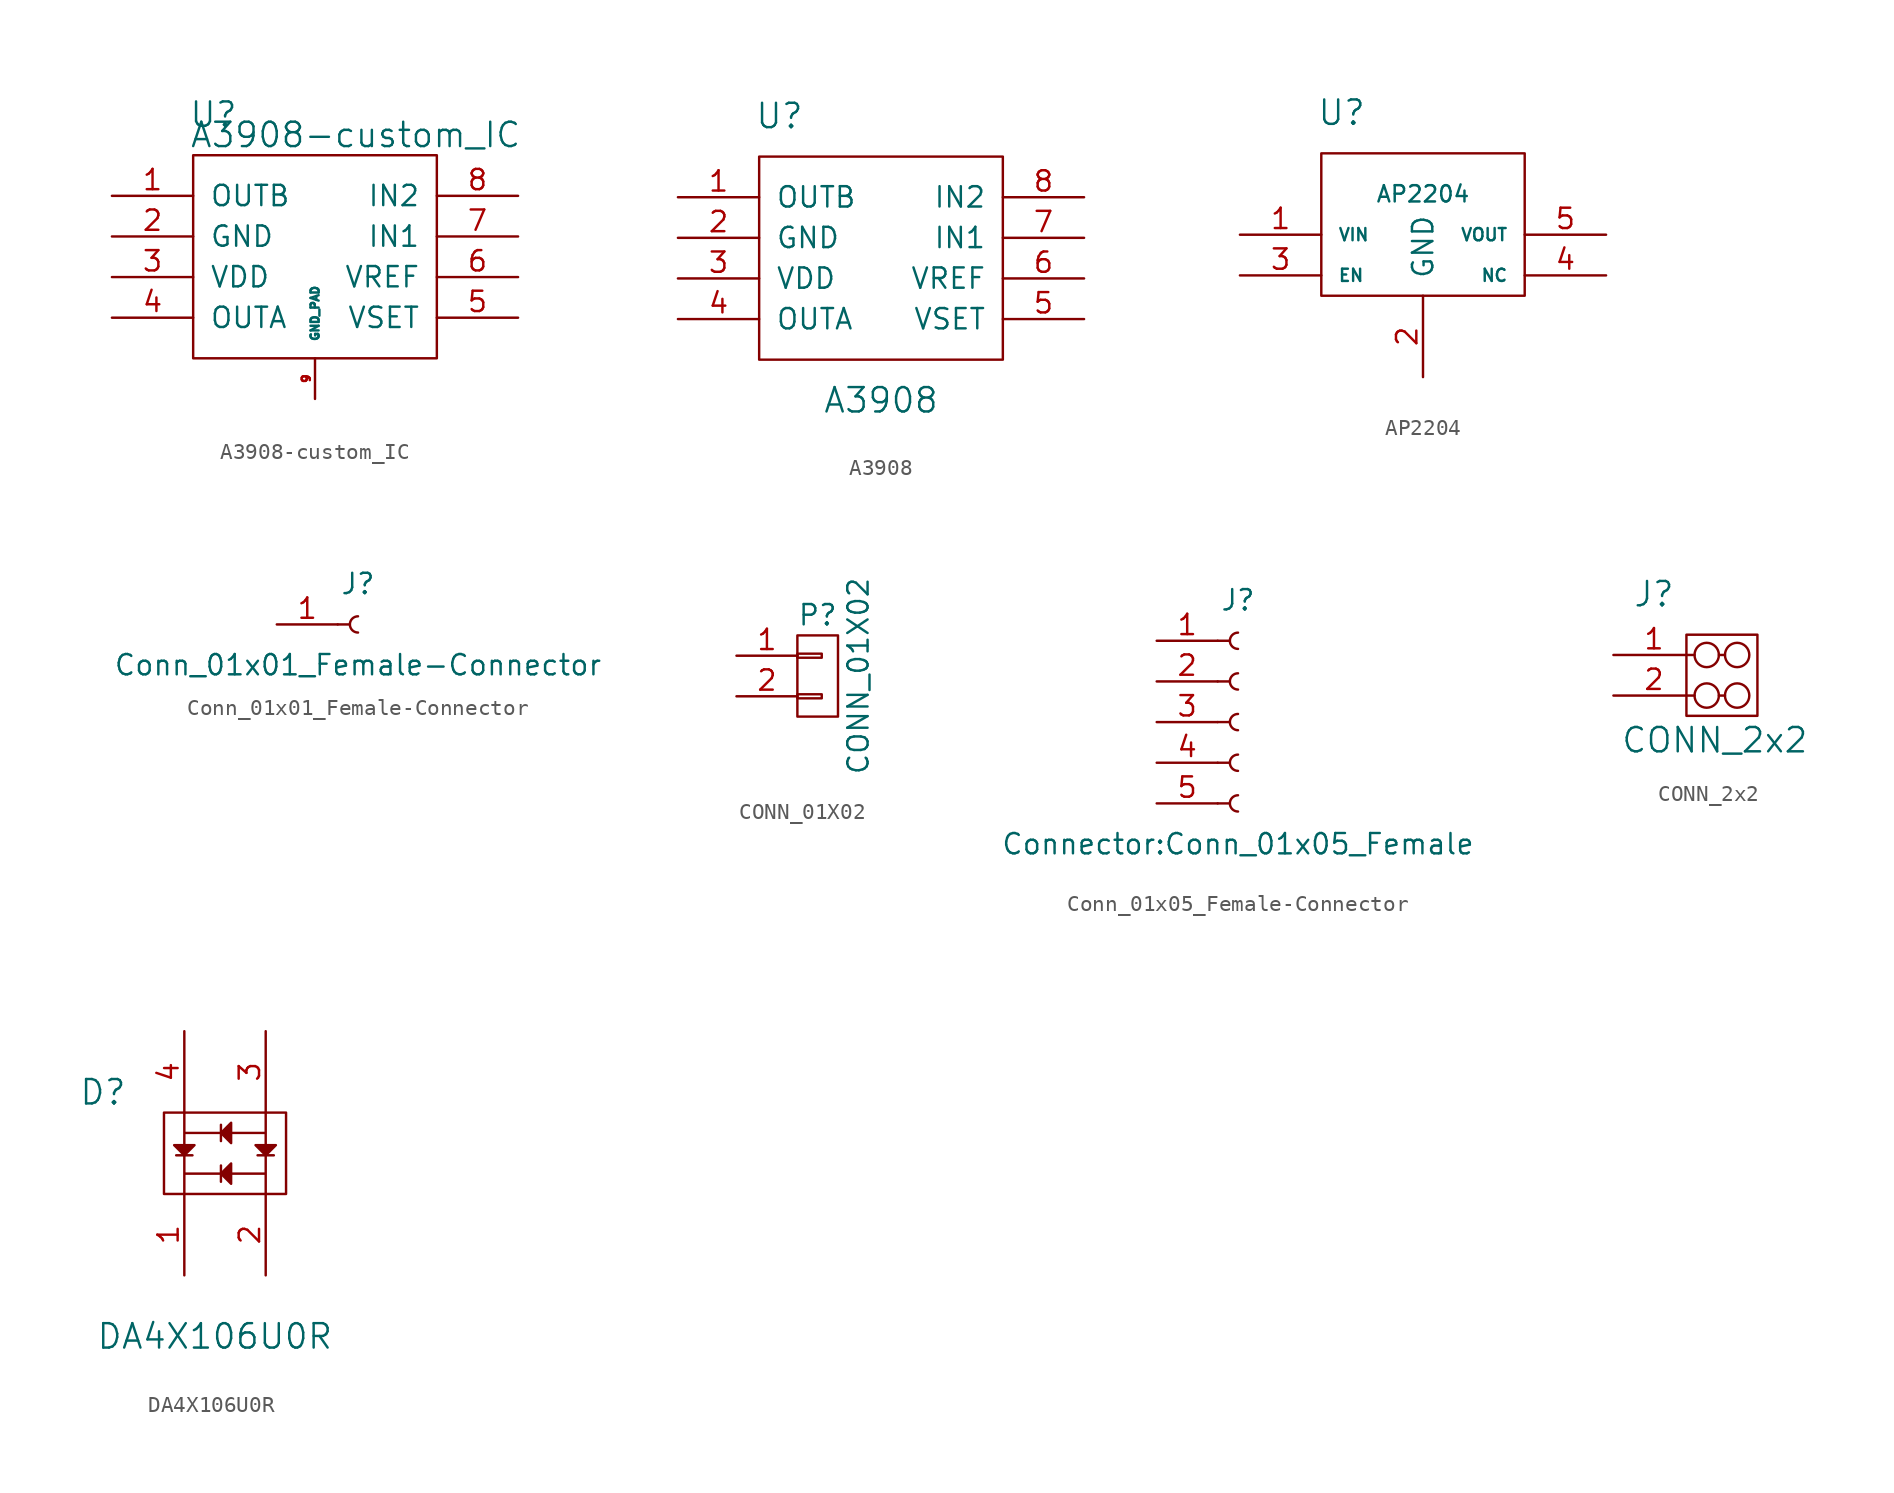
<source format=kicad_sym>
(kicad_symbol_lib
  (version 20231120)
  (generator "kicad_symbol_editor")
  (generator_version "8.0")
  (symbol "A3908-custom_IC"
    (pin_names
      (offset 1.016))
    (property "Reference" "U"
      (at -6.35 8.89 0)
      (effects (font (size 1.524 1.524))))
    (property "Value" "A3908-custom_IC"
      (at 2.54 7.62 0)
      (effects (font (size 1.524 1.524))))
    (symbol "A3908-custom_IC_0_1"
      (rectangle (start -7.62 6.35) (end 7.62 -6.35) (stroke (width 0) (type solid)) (fill (type none))))
    (symbol "A3908-custom_IC_1_1"
      (pin input line (at -12.7 3.81 0) (length 5.08) (name "OUTB" (effects (font (size 1.27 1.27)))) (number "1" (effects (font (size 1.27 1.27)))))
      (pin input line (at -12.7 1.27 0) (length 5.08) (name "GND" (effects (font (size 1.27 1.27)))) (number "2" (effects (font (size 1.27 1.27)))))
      (pin input line (at -12.7 -1.27 0) (length 5.08) (name "VDD" (effects (font (size 1.27 1.27)))) (number "3" (effects (font (size 1.27 1.27)))))
      (pin input line (at -12.7 -3.81 0) (length 5.08) (name "OUTA" (effects (font (size 1.27 1.27)))) (number "4" (effects (font (size 1.27 1.27)))))
      (pin input line (at 12.7 -3.81 180) (length 5.08) (name "VSET" (effects (font (size 1.27 1.27)))) (number "5" (effects (font (size 1.27 1.27)))))
      (pin input line (at 12.7 -1.27 180) (length 5.08) (name "VREF" (effects (font (size 1.27 1.27)))) (number "6" (effects (font (size 1.27 1.27)))))
      (pin input line (at 12.7 1.27 180) (length 5.08) (name "IN1" (effects (font (size 1.27 1.27)))) (number "7" (effects (font (size 1.27 1.27)))))
      (pin input line (at 12.7 3.81 180) (length 5.08) (name "IN2" (effects (font (size 1.27 1.27)))) (number "8" (effects (font (size 1.27 1.27)))))
      (pin input line (at 0 -8.89 90) (length 2.54) (name "GND_PAD" (effects (font (size 0.508 0.508)))) (number "9" (effects (font (size 0.508 0.508)))))))
  (symbol "A3908"
    (pin_names
      (offset 1.016))
    (property "Reference" "U"
      (at -6.35 8.89 0)
      (effects (font (size 1.524 1.524))))
    (property "Value" "A3908"
      (at 0 -8.89 0)
      (effects (font (size 1.524 1.524))))
    (symbol "A3908_0_1"
      (rectangle (start -7.62 6.35) (end 7.62 -6.35) (stroke (width 0) (type solid)) (fill (type none))))
    (symbol "A3908_1_1"
      (pin input line (at -12.7 3.81 0) (length 5.08) (name "OUTB" (effects (font (size 1.27 1.27)))) (number "1" (effects (font (size 1.27 1.27)))))
      (pin input line (at -12.7 1.27 0) (length 5.08) (name "GND" (effects (font (size 1.27 1.27)))) (number "2" (effects (font (size 1.27 1.27)))))
      (pin input line (at -12.7 -1.27 0) (length 5.08) (name "VDD" (effects (font (size 1.27 1.27)))) (number "3" (effects (font (size 1.27 1.27)))))
      (pin input line (at -12.7 -3.81 0) (length 5.08) (name "OUTA" (effects (font (size 1.27 1.27)))) (number "4" (effects (font (size 1.27 1.27)))))
      (pin input line (at 12.7 -3.81 180) (length 5.08) (name "VSET" (effects (font (size 1.27 1.27)))) (number "5" (effects (font (size 1.27 1.27)))))
      (pin input line (at 12.7 -1.27 180) (length 5.08) (name "VREF" (effects (font (size 1.27 1.27)))) (number "6" (effects (font (size 1.27 1.27)))))
      (pin input line (at 12.7 1.27 180) (length 5.08) (name "IN1" (effects (font (size 1.27 1.27)))) (number "7" (effects (font (size 1.27 1.27)))))
      (pin input line (at 12.7 3.81 180) (length 5.08) (name "IN2" (effects (font (size 1.27 1.27)))) (number "8" (effects (font (size 1.27 1.27)))))))
  (symbol "AP2204"
    (pin_names
      (offset 1.016))
    (property "Reference" "U"
      (at -5.08 8.89 0)
      (effects (font (size 1.524 1.524))))
    (property "Value" "AP2204"
      (at 0 3.81 0)
      (effects (font (size 1.016 1.016))))
    (symbol "AP2204_0_1"
      (rectangle (start -6.35 6.35) (end 6.35 -2.54) (stroke (width 0) (type solid)) (fill (type none))))
    (symbol "AP2204_1_1"
      (pin input line (at -11.43 1.27 0) (length 5.08) (name "VIN" (effects (font (size 0.762 0.762)))) (number "1" (effects (font (size 1.27 1.27)))))
      (pin input line (at 0 -7.62 90) (length 5.08) (name "GND" (effects (font (size 1.27 1.27)))) (number "2" (effects (font (size 1.27 1.27)))))
      (pin input line (at -11.43 -1.27 0) (length 5.08) (name "EN" (effects (font (size 0.762 0.762)))) (number "3" (effects (font (size 1.27 1.27)))))
      (pin input line (at 11.43 -1.27 180) (length 5.08) (name "NC" (effects (font (size 0.762 0.762)))) (number "4" (effects (font (size 1.27 1.27)))))
      (pin input line (at 11.43 1.27 180) (length 5.08) (name "VOUT" (effects (font (size 0.762 0.762)))) (number "5" (effects (font (size 1.27 1.27)))))))
  (symbol "Conn_01x01_Female-Connector"
    (pin_names
      (offset 1.016) hide)
    (property "Reference" "J"
      (at 0 2.54 0)
      (effects (font (size 1.27 1.27))))
    (property "Value" "Conn_01x01_Female-Connector"
      (at 0 -2.54 0)
      (effects (font (size 1.27 1.27))))
    (symbol "Conn_01x01_Female-Connector_1_1"
      (polyline (pts (xy -1.27 0) (xy -0.508 0)) (stroke (width 0.152) (type solid)) (fill (type none)))
      (arc (start 0 0.508) (mid -0.508 0) (end 0 -0.508) (stroke (width 0.1524) (type solid)) (fill (type none)))
      (pin passive line (at -5.08 0 0) (length 3.81) (name "Pin_1" (effects (font (size 1.27 1.27)))) (number "1" (effects (font (size 1.27 1.27)))))))
  (symbol "CONN_01X02"
    (pin_names
      (offset 1.016) hide)
    (property "Reference" "P"
      (at 0 3.81 0)
      (effects (font (size 1.27 1.27))))
    (property "Value" "CONN_01X02"
      (at 2.54 0 90)
      (effects (font (size 1.27 1.27))))
    (property "Footprint" ""
      (at 0 0 0)
      (effects (font (size 1.27 1.27))))
    (property "Datasheet" ""
      (at 0 0 0)
      (effects (font (size 1.27 1.27))))
    (symbol "CONN_01X02_0_1"
      (rectangle (start -1.27 -1.143) (end 0.254 -1.397) (stroke (width 0) (type solid)) (fill (type none)))
      (rectangle (start -1.27 1.397) (end 0.254 1.143) (stroke (width 0) (type solid)) (fill (type none)))
      (rectangle (start -1.27 2.54) (end 1.27 -2.54) (stroke (width 0) (type solid)) (fill (type none))))
    (symbol "CONN_01X02_1_1"
      (pin passive line (at -5.08 1.27 0) (length 3.81) (name "P1" (effects (font (size 1.27 1.27)))) (number "1" (effects (font (size 1.27 1.27)))))
      (pin passive line (at -5.08 -1.27 0) (length 3.81) (name "P2" (effects (font (size 1.27 1.27)))) (number "2" (effects (font (size 1.27 1.27)))))))
  (symbol "Conn_01x05_Female-Connector"
    (pin_names
      (offset 1.016) hide)
    (property "Reference" "J"
      (at 0 7.62 0)
      (effects (font (size 1.27 1.27))))
    (property "Value" "Connector:Conn_01x05_Female"
      (at 0 -7.62 0)
      (effects (font (size 1.27 1.27))))
    (symbol "Conn_01x05_Female-Connector_1_1"
      (arc (start 0 -4.572) (mid -0.508 -5.08) (end 0 -5.588) (stroke (width 0.1524) (type solid)) (fill (type none)))
      (arc (start 0 -2.032) (mid -0.508 -2.54) (end 0 -3.048) (stroke (width 0.1524) (type solid)) (fill (type none)))
      (polyline (pts (xy -1.27 -5.08) (xy -0.508 -5.08)) (stroke (width 0.152) (type solid)) (fill (type none)))
      (polyline (pts (xy -1.27 -2.54) (xy -0.508 -2.54)) (stroke (width 0.152) (type solid)) (fill (type none)))
      (polyline (pts (xy -1.27 0) (xy -0.508 0)) (stroke (width 0.152) (type solid)) (fill (type none)))
      (polyline (pts (xy -1.27 2.54) (xy -0.508 2.54)) (stroke (width 0.152) (type solid)) (fill (type none)))
      (polyline (pts (xy -1.27 5.08) (xy -0.508 5.08)) (stroke (width 0.152) (type solid)) (fill (type none)))
      (arc (start 0 0.508) (mid -0.508 0) (end 0 -0.508) (stroke (width 0.1524) (type solid)) (fill (type none)))
      (arc (start 0 3.048) (mid -0.508 2.54) (end 0 2.032) (stroke (width 0.1524) (type solid)) (fill (type none)))
      (arc (start 0 5.588) (mid -0.508 5.08) (end 0 4.572) (stroke (width 0.1524) (type solid)) (fill (type none)))
      (pin passive line (at -5.08 5.08 0) (length 3.81) (name "Pin_1" (effects (font (size 1.27 1.27)))) (number "1" (effects (font (size 1.27 1.27)))))
      (pin passive line (at -5.08 2.54 0) (length 3.81) (name "Pin_2" (effects (font (size 1.27 1.27)))) (number "2" (effects (font (size 1.27 1.27)))))
      (pin passive line (at -5.08 0 0) (length 3.81) (name "Pin_3" (effects (font (size 1.27 1.27)))) (number "3" (effects (font (size 1.27 1.27)))))
      (pin passive line (at -5.08 -2.54 0) (length 3.81) (name "Pin_4" (effects (font (size 1.27 1.27)))) (number "4" (effects (font (size 1.27 1.27)))))
      (pin passive line (at -5.08 -5.08 0) (length 3.81) (name "Pin_5" (effects (font (size 1.27 1.27)))) (number "5" (effects (font (size 1.27 1.27)))))))
  (symbol "CONN_2x2"
    (pin_names
      (offset 1.016))
    (property "Reference" "J"
      (at -3.81 6.35 0)
      (effects (font (size 1.524 1.524))))
    (property "Value" "CONN_2x2"
      (at 0 -2.794 0)
      (effects (font (size 1.524 1.524))))
    (symbol "CONN_2x2_0_1"
      (rectangle (start -1.778 3.81) (end 2.667 -1.27) (stroke (width 0) (type solid)) (fill (type none)))
      (circle (center -0.508 0) (radius 0.762) (stroke (width 0) (type solid)) (fill (type none)))
      (circle (center -0.508 2.54) (radius 0.762) (stroke (width 0) (type solid)) (fill (type none)))
      (polyline (pts (xy 0.254 0) (xy 0.635 0)) (stroke (width 0) (type solid)) (fill (type none)))
      (polyline (pts (xy 0.635 2.54) (xy 0.254 2.54)) (stroke (width 0) (type solid)) (fill (type none)))
      (circle (center 1.397 0) (radius 0.762) (stroke (width 0) (type solid)) (fill (type none)))
      (circle (center 1.397 2.54) (radius 0.762) (stroke (width 0) (type solid)) (fill (type none))))
    (symbol "CONN_2x2_1_1"
      (pin input line (at -6.35 2.54 0) (length 5.08) (name "~" (effects (font (size 1.27 1.27)))) (number "1" (effects (font (size 1.27 1.27)))))
      (pin input line (at -6.35 0 0) (length 5.08) (name "~" (effects (font (size 1.27 1.27)))) (number "2" (effects (font (size 1.27 1.27)))))))
  (symbol "DA4X106U0R"
    (pin_names
      (offset 1.016))
    (property "Reference" "D"
      (at -7.62 3.81 0)
      (effects (font (size 1.524 1.524))))
    (property "Value" "DA4X106U0R"
      (at -0.635 -11.43 0)
      (effects (font (size 1.524 1.524))))
    (symbol "DA4X106U0R_0_1"
      (rectangle (start -3.81 2.54) (end 3.81 -2.54) (stroke (width 0) (type solid)) (fill (type none)))
      (polyline (pts (xy -3.048 -0.127) (xy -2.032 -0.127)) (stroke (width 0) (type solid)) (fill (type none)))
      (polyline (pts (xy -0.254 -0.762) (xy -0.254 -1.778)) (stroke (width 0) (type solid)) (fill (type none)))
      (polyline (pts (xy -0.254 1.778) (xy -0.254 0.762)) (stroke (width 0) (type solid)) (fill (type none)))
      (polyline (pts (xy 2.032 -0.127) (xy 3.048 -0.127)) (stroke (width 0) (type solid)) (fill (type none)))
      (polyline (pts (xy -3.175 0.508) (xy -1.905 0.508) (xy -2.54 -0.127) (xy -3.175 0.508)) (stroke (width 0) (type solid)) (fill (type outline)))
      (polyline (pts (xy 0.381 -0.635) (xy 0.381 -1.905) (xy -0.254 -1.27) (xy 0.381 -0.635)) (stroke (width 0) (type solid)) (fill (type outline)))
      (polyline (pts (xy 0.381 1.905) (xy 0.381 0.635) (xy -0.254 1.27) (xy 0.381 1.905)) (stroke (width 0) (type solid)) (fill (type outline)))
      (polyline (pts (xy 1.905 0.508) (xy 3.175 0.508) (xy 2.54 -0.127) (xy 1.905 0.508)) (stroke (width 0) (type solid)) (fill (type outline)))
      (polyline (pts (xy 2.54 2.54) (xy 2.54 -2.54) (xy 2.54 -1.27) (xy -2.54 -1.27) (xy -2.54 -2.54) (xy -2.54 2.54) (xy -2.54 1.27) (xy 2.54 1.27)) (stroke (width 0) (type solid)) (fill (type none))))
    (symbol "DA4X106U0R_1_1"
      (pin input line (at -2.54 -7.62 90) (length 5.08) (name "~" (effects (font (size 1.27 1.27)))) (number "1" (effects (font (size 1.27 1.27)))))
      (pin input line (at 2.54 -7.62 90) (length 5.08) (name "~" (effects (font (size 1.27 1.27)))) (number "2" (effects (font (size 1.27 1.27)))))
      (pin input line (at 2.54 7.62 270) (length 5.08) (name "~" (effects (font (size 1.27 1.27)))) (number "3" (effects (font (size 1.27 1.27)))))
      (pin input line (at -2.54 7.62 270) (length 5.08) (name "~" (effects (font (size 1.27 1.27)))) (number "4" (effects (font (size 1.27 1.27))))))))
</source>
